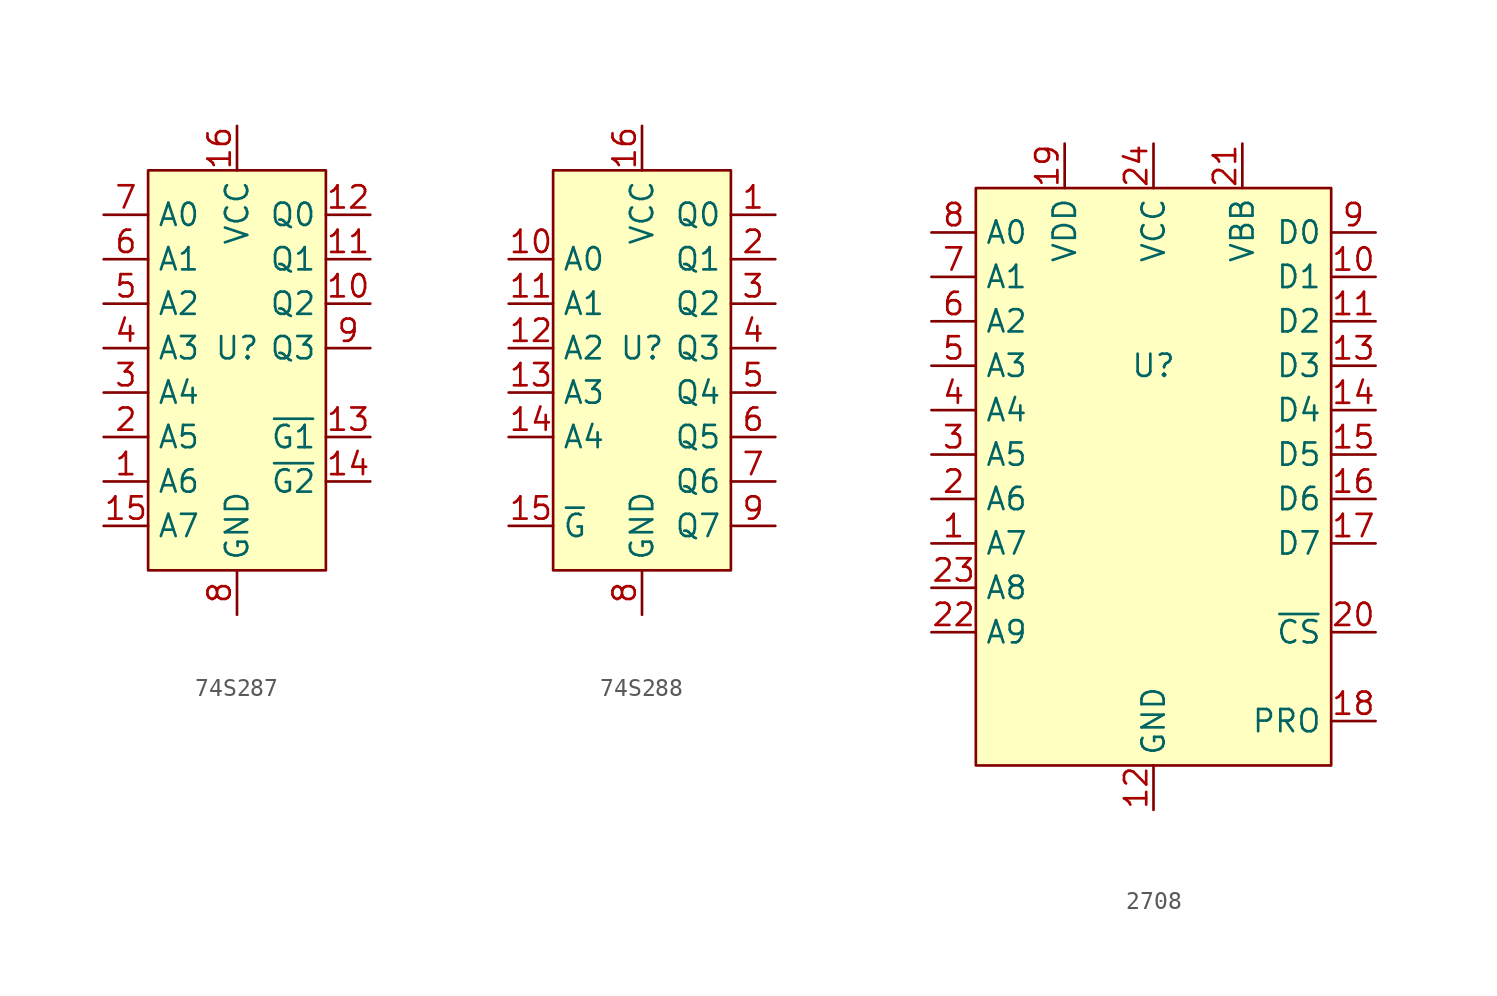
<source format=kicad_sym>
(kicad_symbol_lib
  (version 20220914)
  (generator kicad_symbol_editor)
  (symbol "74S287"
    (property "Reference" "U"
      (at 0 0 0)
      (effects (font (size 1.27 1.27))))
    (property "Value" ""
      (at 0 0 0)
      (effects (font (size 1.27 1.27))))
    (symbol "74S287_1_1"
      (rectangle (start -5.08 10.16) (end 5.08 -12.7) (stroke (width 0) (type default)) (fill (type background)))
      (pin input line (at -7.62 -7.62 0) (length 2.54) (name "A6" (effects (font (size 1.27 1.27)))) (number "1" (effects (font (size 1.27 1.27)))))
      (pin output line (at 7.62 2.54 180) (length 2.54) (name "Q2" (effects (font (size 1.27 1.27)))) (number "10" (effects (font (size 1.27 1.27)))))
      (pin output line (at 7.62 5.08 180) (length 2.54) (name "Q1" (effects (font (size 1.27 1.27)))) (number "11" (effects (font (size 1.27 1.27)))))
      (pin output line (at 7.62 7.62 180) (length 2.54) (name "Q0" (effects (font (size 1.27 1.27)))) (number "12" (effects (font (size 1.27 1.27)))))
      (pin input line (at 7.62 -5.08 180) (length 2.54) (name "~{G1}" (effects (font (size 1.27 1.27)))) (number "13" (effects (font (size 1.27 1.27)))))
      (pin input line (at 7.62 -7.62 180) (length 2.54) (name "~{G2}" (effects (font (size 1.27 1.27)))) (number "14" (effects (font (size 1.27 1.27)))))
      (pin input line (at -7.62 -10.16 0) (length 2.54) (name "A7" (effects (font (size 1.27 1.27)))) (number "15" (effects (font (size 1.27 1.27)))))
      (pin input line (at 0 12.7 270) (length 2.54) (name "VCC" (effects (font (size 1.27 1.27)))) (number "16" (effects (font (size 1.27 1.27)))))
      (pin input line (at -7.62 -5.08 0) (length 2.54) (name "A5" (effects (font (size 1.27 1.27)))) (number "2" (effects (font (size 1.27 1.27)))))
      (pin input line (at -7.62 -2.54 0) (length 2.54) (name "A4" (effects (font (size 1.27 1.27)))) (number "3" (effects (font (size 1.27 1.27)))))
      (pin input line (at -7.62 0 0) (length 2.54) (name "A3" (effects (font (size 1.27 1.27)))) (number "4" (effects (font (size 1.27 1.27)))))
      (pin input line (at -7.62 2.54 0) (length 2.54) (name "A2" (effects (font (size 1.27 1.27)))) (number "5" (effects (font (size 1.27 1.27)))))
      (pin input line (at -7.62 5.08 0) (length 2.54) (name "A1" (effects (font (size 1.27 1.27)))) (number "6" (effects (font (size 1.27 1.27)))))
      (pin input line (at -7.62 7.62 0) (length 2.54) (name "A0" (effects (font (size 1.27 1.27)))) (number "7" (effects (font (size 1.27 1.27)))))
      (pin input line (at 0 -15.24 90) (length 2.54) (name "GND" (effects (font (size 1.27 1.27)))) (number "8" (effects (font (size 1.27 1.27)))))
      (pin output line (at 7.62 0 180) (length 2.54) (name "Q3" (effects (font (size 1.27 1.27)))) (number "9" (effects (font (size 1.27 1.27)))))))
  (symbol "74S288"
    (property "Reference" "U"
      (at 0 0 0)
      (effects (font (size 1.27 1.27))))
    (property "Value" ""
      (at 0 0 0)
      (effects (font (size 1.27 1.27))))
    (symbol "74S288_1_1"
      (rectangle (start -5.08 10.16) (end 5.08 -12.7) (stroke (width 0) (type default)) (fill (type background)))
      (pin output line (at 7.62 7.62 180) (length 2.54) (name "Q0" (effects (font (size 1.27 1.27)))) (number "1" (effects (font (size 1.27 1.27)))))
      (pin input line (at -7.62 5.08 0) (length 2.54) (name "A0" (effects (font (size 1.27 1.27)))) (number "10" (effects (font (size 1.27 1.27)))))
      (pin input line (at -7.62 2.54 0) (length 2.54) (name "A1" (effects (font (size 1.27 1.27)))) (number "11" (effects (font (size 1.27 1.27)))))
      (pin input line (at -7.62 0 0) (length 2.54) (name "A2" (effects (font (size 1.27 1.27)))) (number "12" (effects (font (size 1.27 1.27)))))
      (pin input line (at -7.62 -2.54 0) (length 2.54) (name "A3" (effects (font (size 1.27 1.27)))) (number "13" (effects (font (size 1.27 1.27)))))
      (pin input line (at -7.62 -5.08 0) (length 2.54) (name "A4" (effects (font (size 1.27 1.27)))) (number "14" (effects (font (size 1.27 1.27)))))
      (pin input line (at -7.62 -10.16 0) (length 2.54) (name "~{G}" (effects (font (size 1.27 1.27)))) (number "15" (effects (font (size 1.27 1.27)))))
      (pin input line (at 0 12.7 270) (length 2.54) (name "VCC" (effects (font (size 1.27 1.27)))) (number "16" (effects (font (size 1.27 1.27)))))
      (pin output line (at 7.62 5.08 180) (length 2.54) (name "Q1" (effects (font (size 1.27 1.27)))) (number "2" (effects (font (size 1.27 1.27)))))
      (pin output line (at 7.62 2.54 180) (length 2.54) (name "Q2" (effects (font (size 1.27 1.27)))) (number "3" (effects (font (size 1.27 1.27)))))
      (pin output line (at 7.62 0 180) (length 2.54) (name "Q3" (effects (font (size 1.27 1.27)))) (number "4" (effects (font (size 1.27 1.27)))))
      (pin output line (at 7.62 -2.54 180) (length 2.54) (name "Q4" (effects (font (size 1.27 1.27)))) (number "5" (effects (font (size 1.27 1.27)))))
      (pin output line (at 7.62 -5.08 180) (length 2.54) (name "Q5" (effects (font (size 1.27 1.27)))) (number "6" (effects (font (size 1.27 1.27)))))
      (pin output line (at 7.62 -7.62 180) (length 2.54) (name "Q6" (effects (font (size 1.27 1.27)))) (number "7" (effects (font (size 1.27 1.27)))))
      (pin input line (at 0 -15.24 90) (length 2.54) (name "GND" (effects (font (size 1.27 1.27)))) (number "8" (effects (font (size 1.27 1.27)))))
      (pin output line (at 7.62 -10.16 180) (length 2.54) (name "Q7" (effects (font (size 1.27 1.27)))) (number "9" (effects (font (size 1.27 1.27)))))))
  (symbol "2708"
    (property "Reference" "U"
      (at 0 5.08 0)
      (effects (font (size 1.27 1.27))))
    (property "Value" ""
      (at 0 15.24 0)
      (effects (font (size 1.27 1.27))))
    (symbol "2708_1_1"
      (rectangle (start -10.16 15.24) (end 10.16 -17.78) (stroke (width 0) (type default)) (fill (type background)))
      (pin input line (at -12.7 -5.08 0) (length 2.54) (name "A7" (effects (font (size 1.27 1.27)))) (number "1" (effects (font (size 1.27 1.27)))))
      (pin output line (at 12.7 10.16 180) (length 2.54) (name "D1" (effects (font (size 1.27 1.27)))) (number "10" (effects (font (size 1.27 1.27)))))
      (pin output line (at 12.7 7.62 180) (length 2.54) (name "D2" (effects (font (size 1.27 1.27)))) (number "11" (effects (font (size 1.27 1.27)))))
      (pin input line (at 0 -20.32 90) (length 2.54) (name "GND" (effects (font (size 1.27 1.27)))) (number "12" (effects (font (size 1.27 1.27)))))
      (pin output line (at 12.7 5.08 180) (length 2.54) (name "D3" (effects (font (size 1.27 1.27)))) (number "13" (effects (font (size 1.27 1.27)))))
      (pin output line (at 12.7 2.54 180) (length 2.54) (name "D4" (effects (font (size 1.27 1.27)))) (number "14" (effects (font (size 1.27 1.27)))))
      (pin output line (at 12.7 0 180) (length 2.54) (name "D5" (effects (font (size 1.27 1.27)))) (number "15" (effects (font (size 1.27 1.27)))))
      (pin output line (at 12.7 -2.54 180) (length 2.54) (name "D6" (effects (font (size 1.27 1.27)))) (number "16" (effects (font (size 1.27 1.27)))))
      (pin output line (at 12.7 -5.08 180) (length 2.54) (name "D7" (effects (font (size 1.27 1.27)))) (number "17" (effects (font (size 1.27 1.27)))))
      (pin input line (at 12.7 -15.24 180) (length 2.54) (name "PRO" (effects (font (size 1.27 1.27)))) (number "18" (effects (font (size 1.27 1.27)))))
      (pin input line (at -5.08 17.78 270) (length 2.54) (name "VDD" (effects (font (size 1.27 1.27)))) (number "19" (effects (font (size 1.27 1.27)))))
      (pin input line (at -12.7 -2.54 0) (length 2.54) (name "A6" (effects (font (size 1.27 1.27)))) (number "2" (effects (font (size 1.27 1.27)))))
      (pin input line (at 12.7 -10.16 180) (length 2.54) (name "~{CS}" (effects (font (size 1.27 1.27)))) (number "20" (effects (font (size 1.27 1.27)))))
      (pin input line (at 5.08 17.78 270) (length 2.54) (name "VBB" (effects (font (size 1.27 1.27)))) (number "21" (effects (font (size 1.27 1.27)))))
      (pin input line (at -12.7 -10.16 0) (length 2.54) (name "A9" (effects (font (size 1.27 1.27)))) (number "22" (effects (font (size 1.27 1.27)))))
      (pin input line (at -12.7 -7.62 0) (length 2.54) (name "A8" (effects (font (size 1.27 1.27)))) (number "23" (effects (font (size 1.27 1.27)))))
      (pin input line (at 0 17.78 270) (length 2.54) (name "VCC" (effects (font (size 1.27 1.27)))) (number "24" (effects (font (size 1.27 1.27)))))
      (pin input line (at -12.7 0 0) (length 2.54) (name "A5" (effects (font (size 1.27 1.27)))) (number "3" (effects (font (size 1.27 1.27)))))
      (pin input line (at -12.7 2.54 0) (length 2.54) (name "A4" (effects (font (size 1.27 1.27)))) (number "4" (effects (font (size 1.27 1.27)))))
      (pin input line (at -12.7 5.08 0) (length 2.54) (name "A3" (effects (font (size 1.27 1.27)))) (number "5" (effects (font (size 1.27 1.27)))))
      (pin input line (at -12.7 7.62 0) (length 2.54) (name "A2" (effects (font (size 1.27 1.27)))) (number "6" (effects (font (size 1.27 1.27)))))
      (pin input line (at -12.7 10.16 0) (length 2.54) (name "A1" (effects (font (size 1.27 1.27)))) (number "7" (effects (font (size 1.27 1.27)))))
      (pin input line (at -12.7 12.7 0) (length 2.54) (name "A0" (effects (font (size 1.27 1.27)))) (number "8" (effects (font (size 1.27 1.27)))))
      (pin output line (at 12.7 12.7 180) (length 2.54) (name "D0" (effects (font (size 1.27 1.27)))) (number "9" (effects (font (size 1.27 1.27))))))))
</source>
